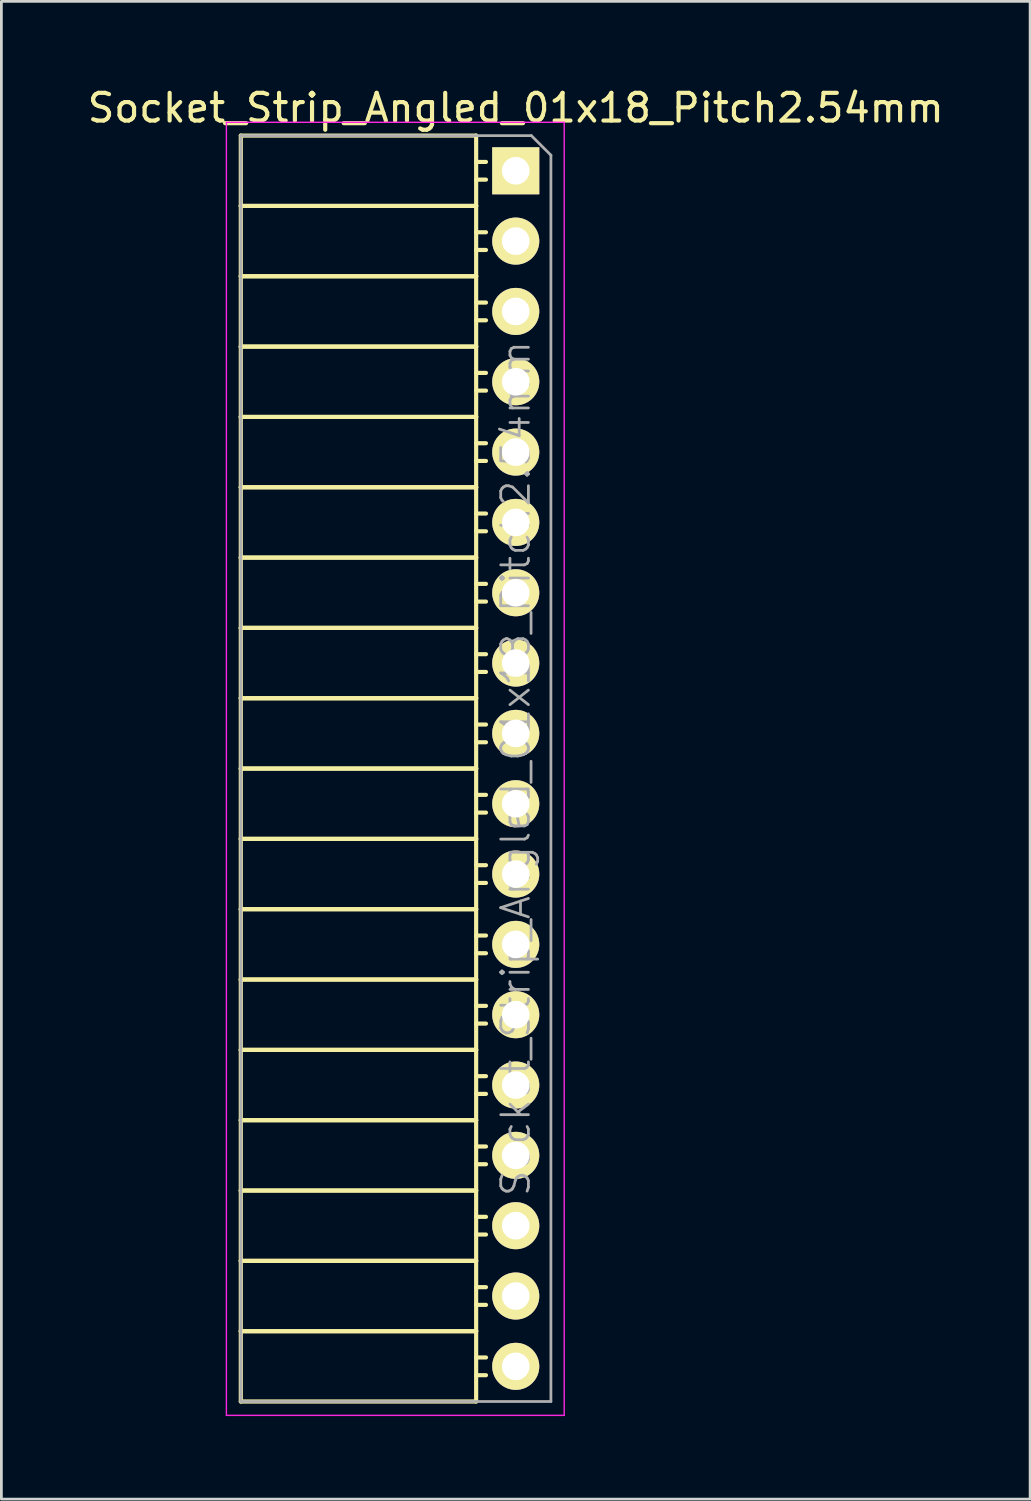
<source format=kicad_pcb>
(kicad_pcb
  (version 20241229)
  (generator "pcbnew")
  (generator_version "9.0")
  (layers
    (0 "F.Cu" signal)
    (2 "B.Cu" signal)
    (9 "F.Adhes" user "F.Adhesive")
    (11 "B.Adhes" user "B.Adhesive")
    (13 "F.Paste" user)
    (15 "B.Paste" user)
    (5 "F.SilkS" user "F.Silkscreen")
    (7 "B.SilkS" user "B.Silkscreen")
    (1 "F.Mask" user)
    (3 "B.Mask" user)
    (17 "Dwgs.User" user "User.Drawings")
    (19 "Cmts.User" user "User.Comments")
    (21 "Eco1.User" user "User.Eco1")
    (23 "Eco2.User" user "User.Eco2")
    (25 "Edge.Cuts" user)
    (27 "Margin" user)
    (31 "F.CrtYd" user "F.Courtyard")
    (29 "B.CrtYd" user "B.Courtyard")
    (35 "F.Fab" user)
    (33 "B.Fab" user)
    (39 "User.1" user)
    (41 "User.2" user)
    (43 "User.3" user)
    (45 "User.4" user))
  (footprint "Socket_Strip_Angled_01x18_Pitch2.54mm"
    (layer "F.Cu")
    (at 15.577 3.118)
    (property "Reference" "Socket_Strip_Angled_01x18_Pitch2.54mm" (at 0 -2.27 0) (layer "F.SilkS") (effects (font (size 1 1) (thickness 0.15))))
    (attr smd)
    (fp_line (start -9.93 -1.27) (end -9.93 1.27) (stroke (width 0.15) (type solid)) (layer "F.SilkS"))
    (fp_line (start -9.93 -1.27) (end -1.43 -1.27) (stroke (width 0.15) (type solid)) (layer "F.SilkS"))
    (fp_line (start -9.93 1.27) (end -9.93 3.81) (stroke (width 0.15) (type solid)) (layer "F.SilkS"))
    (fp_line (start -9.93 1.27) (end -1.43 1.27) (stroke (width 0.15) (type solid)) (layer "F.SilkS"))
    (fp_line (start -9.93 1.27) (end -1.43 1.27) (stroke (width 0.15) (type solid)) (layer "F.SilkS"))
    (fp_line (start -9.93 3.81) (end -9.93 6.35) (stroke (width 0.15) (type solid)) (layer "F.SilkS"))
    (fp_line (start -9.93 3.81) (end -1.43 3.81) (stroke (width 0.15) (type solid)) (layer "F.SilkS"))
    (fp_line (start -9.93 3.81) (end -1.43 3.81) (stroke (width 0.15) (type solid)) (layer "F.SilkS"))
    (fp_line (start -9.93 6.35) (end -9.93 8.89) (stroke (width 0.15) (type solid)) (layer "F.SilkS"))
    (fp_line (start -9.93 6.35) (end -1.43 6.35) (stroke (width 0.15) (type solid)) (layer "F.SilkS"))
    (fp_line (start -9.93 6.35) (end -1.43 6.35) (stroke (width 0.15) (type solid)) (layer "F.SilkS"))
    (fp_line (start -9.93 8.89) (end -9.93 11.43) (stroke (width 0.15) (type solid)) (layer "F.SilkS"))
    (fp_line (start -9.93 8.89) (end -1.43 8.89) (stroke (width 0.15) (type solid)) (layer "F.SilkS"))
    (fp_line (start -9.93 8.89) (end -1.43 8.89) (stroke (width 0.15) (type solid)) (layer "F.SilkS"))
    (fp_line (start -9.93 11.43) (end -9.93 13.97) (stroke (width 0.15) (type solid)) (layer "F.SilkS"))
    (fp_line (start -9.93 11.43) (end -1.43 11.43) (stroke (width 0.15) (type solid)) (layer "F.SilkS"))
    (fp_line (start -9.93 11.43) (end -1.43 11.43) (stroke (width 0.15) (type solid)) (layer "F.SilkS"))
    (fp_line (start -9.93 13.97) (end -9.93 16.51) (stroke (width 0.15) (type solid)) (layer "F.SilkS"))
    (fp_line (start -9.93 13.97) (end -1.43 13.97) (stroke (width 0.15) (type solid)) (layer "F.SilkS"))
    (fp_line (start -9.93 13.97) (end -1.43 13.97) (stroke (width 0.15) (type solid)) (layer "F.SilkS"))
    (fp_line (start -9.93 16.51) (end -9.93 19.05) (stroke (width 0.15) (type solid)) (layer "F.SilkS"))
    (fp_line (start -9.93 16.51) (end -1.43 16.51) (stroke (width 0.15) (type solid)) (layer "F.SilkS"))
    (fp_line (start -9.93 16.51) (end -1.43 16.51) (stroke (width 0.15) (type solid)) (layer "F.SilkS"))
    (fp_line (start -9.93 19.05) (end -9.93 21.59) (stroke (width 0.15) (type solid)) (layer "F.SilkS"))
    (fp_line (start -9.93 19.05) (end -1.43 19.05) (stroke (width 0.15) (type solid)) (layer "F.SilkS"))
    (fp_line (start -9.93 19.05) (end -1.43 19.05) (stroke (width 0.15) (type solid)) (layer "F.SilkS"))
    (fp_line (start -9.93 21.59) (end -9.93 24.13) (stroke (width 0.15) (type solid)) (layer "F.SilkS"))
    (fp_line (start -9.93 21.59) (end -1.43 21.59) (stroke (width 0.15) (type solid)) (layer "F.SilkS"))
    (fp_line (start -9.93 21.59) (end -1.43 21.59) (stroke (width 0.15) (type solid)) (layer "F.SilkS"))
    (fp_line (start -9.93 24.13) (end -9.93 26.67) (stroke (width 0.15) (type solid)) (layer "F.SilkS"))
    (fp_line (start -9.93 24.13) (end -1.43 24.13) (stroke (width 0.15) (type solid)) (layer "F.SilkS"))
    (fp_line (start -9.93 24.13) (end -1.43 24.13) (stroke (width 0.15) (type solid)) (layer "F.SilkS"))
    (fp_line (start -9.93 26.67) (end -9.93 29.21) (stroke (width 0.15) (type solid)) (layer "F.SilkS"))
    (fp_line (start -9.93 26.67) (end -1.43 26.67) (stroke (width 0.15) (type solid)) (layer "F.SilkS"))
    (fp_line (start -9.93 26.67) (end -1.43 26.67) (stroke (width 0.15) (type solid)) (layer "F.SilkS"))
    (fp_line (start -9.93 29.21) (end -9.93 31.75) (stroke (width 0.15) (type solid)) (layer "F.SilkS"))
    (fp_line (start -9.93 29.21) (end -1.43 29.21) (stroke (width 0.15) (type solid)) (layer "F.SilkS"))
    (fp_line (start -9.93 29.21) (end -1.43 29.21) (stroke (width 0.15) (type solid)) (layer "F.SilkS"))
    (fp_line (start -9.93 31.75) (end -9.93 34.29) (stroke (width 0.15) (type solid)) (layer "F.SilkS"))
    (fp_line (start -9.93 31.75) (end -1.43 31.75) (stroke (width 0.15) (type solid)) (layer "F.SilkS"))
    (fp_line (start -9.93 31.75) (end -1.43 31.75) (stroke (width 0.15) (type solid)) (layer "F.SilkS"))
    (fp_line (start -9.93 34.29) (end -9.93 36.83) (stroke (width 0.15) (type solid)) (layer "F.SilkS"))
    (fp_line (start -9.93 34.29) (end -1.43 34.29) (stroke (width 0.15) (type solid)) (layer "F.SilkS"))
    (fp_line (start -9.93 34.29) (end -1.43 34.29) (stroke (width 0.15) (type solid)) (layer "F.SilkS"))
    (fp_line (start -9.93 36.83) (end -9.93 39.37) (stroke (width 0.15) (type solid)) (layer "F.SilkS"))
    (fp_line (start -9.93 36.83) (end -1.43 36.83) (stroke (width 0.15) (type solid)) (layer "F.SilkS"))
    (fp_line (start -9.93 36.83) (end -1.43 36.83) (stroke (width 0.15) (type solid)) (layer "F.SilkS"))
    (fp_line (start -9.93 39.37) (end -9.93 41.91) (stroke (width 0.15) (type solid)) (layer "F.SilkS"))
    (fp_line (start -9.93 39.37) (end -1.43 39.37) (stroke (width 0.15) (type solid)) (layer "F.SilkS"))
    (fp_line (start -9.93 39.37) (end -1.43 39.37) (stroke (width 0.15) (type solid)) (layer "F.SilkS"))
    (fp_line (start -9.93 41.91) (end -9.93 44.45) (stroke (width 0.15) (type solid)) (layer "F.SilkS"))
    (fp_line (start -9.93 41.91) (end -1.43 41.91) (stroke (width 0.15) (type solid)) (layer "F.SilkS"))
    (fp_line (start -9.93 41.91) (end -1.43 41.91) (stroke (width 0.15) (type solid)) (layer "F.SilkS"))
    (fp_line (start -9.93 44.45) (end -1.43 44.45) (stroke (width 0.15) (type solid)) (layer "F.SilkS"))
    (fp_line (start -1.43 -1.27) (end -1.43 1.27) (stroke (width 0.15) (type solid)) (layer "F.SilkS"))
    (fp_line (start -1.43 -0.32) (end -1.075 -0.32) (stroke (width 0.15) (type solid)) (layer "F.SilkS"))
    (fp_line (start -1.43 0.32) (end -1.075 0.32) (stroke (width 0.15) (type solid)) (layer "F.SilkS"))
    (fp_line (start -1.43 1.27) (end -1.43 3.81) (stroke (width 0.15) (type solid)) (layer "F.SilkS"))
    (fp_line (start -1.43 2.22) (end -1.075 2.22) (stroke (width 0.15) (type solid)) (layer "F.SilkS"))
    (fp_line (start -1.43 2.86) (end -1.075 2.86) (stroke (width 0.15) (type solid)) (layer "F.SilkS"))
    (fp_line (start -1.43 3.81) (end -1.43 6.35) (stroke (width 0.15) (type solid)) (layer "F.SilkS"))
    (fp_line (start -1.43 4.76) (end -1.075 4.76) (stroke (width 0.15) (type solid)) (layer "F.SilkS"))
    (fp_line (start -1.43 5.4) (end -1.075 5.4) (stroke (width 0.15) (type solid)) (layer "F.SilkS"))
    (fp_line (start -1.43 6.35) (end -1.43 8.89) (stroke (width 0.15) (type solid)) (layer "F.SilkS"))
    (fp_line (start -1.43 7.3) (end -1.075 7.3) (stroke (width 0.15) (type solid)) (layer "F.SilkS"))
    (fp_line (start -1.43 7.94) (end -1.075 7.94) (stroke (width 0.15) (type solid)) (layer "F.SilkS"))
    (fp_line (start -1.43 8.89) (end -1.43 11.43) (stroke (width 0.15) (type solid)) (layer "F.SilkS"))
    (fp_line (start -1.43 9.84) (end -1.075 9.84) (stroke (width 0.15) (type solid)) (layer "F.SilkS"))
    (fp_line (start -1.43 10.48) (end -1.075 10.48) (stroke (width 0.15) (type solid)) (layer "F.SilkS"))
    (fp_line (start -1.43 11.43) (end -1.43 13.97) (stroke (width 0.15) (type solid)) (layer "F.SilkS"))
    (fp_line (start -1.43 12.38) (end -1.075 12.38) (stroke (width 0.15) (type solid)) (layer "F.SilkS"))
    (fp_line (start -1.43 13.02) (end -1.075 13.02) (stroke (width 0.15) (type solid)) (layer "F.SilkS"))
    (fp_line (start -1.43 13.97) (end -1.43 16.51) (stroke (width 0.15) (type solid)) (layer "F.SilkS"))
    (fp_line (start -1.43 14.92) (end -1.075 14.92) (stroke (width 0.15) (type solid)) (layer "F.SilkS"))
    (fp_line (start -1.43 15.56) (end -1.075 15.56) (stroke (width 0.15) (type solid)) (layer "F.SilkS"))
    (fp_line (start -1.43 16.51) (end -1.43 19.05) (stroke (width 0.15) (type solid)) (layer "F.SilkS"))
    (fp_line (start -1.43 17.46) (end -1.075 17.46) (stroke (width 0.15) (type solid)) (layer "F.SilkS"))
    (fp_line (start -1.43 18.1) (end -1.075 18.1) (stroke (width 0.15) (type solid)) (layer "F.SilkS"))
    (fp_line (start -1.43 19.05) (end -1.43 21.59) (stroke (width 0.15) (type solid)) (layer "F.SilkS"))
    (fp_line (start -1.43 20) (end -1.075 20) (stroke (width 0.15) (type solid)) (layer "F.SilkS"))
    (fp_line (start -1.43 20.64) (end -1.075 20.64) (stroke (width 0.15) (type solid)) (layer "F.SilkS"))
    (fp_line (start -1.43 21.59) (end -1.43 24.13) (stroke (width 0.15) (type solid)) (layer "F.SilkS"))
    (fp_line (start -1.43 22.54) (end -1.075 22.54) (stroke (width 0.15) (type solid)) (layer "F.SilkS"))
    (fp_line (start -1.43 23.18) (end -1.075 23.18) (stroke (width 0.15) (type solid)) (layer "F.SilkS"))
    (fp_line (start -1.43 24.13) (end -1.43 26.67) (stroke (width 0.15) (type solid)) (layer "F.SilkS"))
    (fp_line (start -1.43 25.08) (end -1.075 25.08) (stroke (width 0.15) (type solid)) (layer "F.SilkS"))
    (fp_line (start -1.43 25.72) (end -1.075 25.72) (stroke (width 0.15) (type solid)) (layer "F.SilkS"))
    (fp_line (start -1.43 26.67) (end -1.43 29.21) (stroke (width 0.15) (type solid)) (layer "F.SilkS"))
    (fp_line (start -1.43 27.62) (end -1.075 27.62) (stroke (width 0.15) (type solid)) (layer "F.SilkS"))
    (fp_line (start -1.43 28.26) (end -1.075 28.26) (stroke (width 0.15) (type solid)) (layer "F.SilkS"))
    (fp_line (start -1.43 29.21) (end -1.43 31.75) (stroke (width 0.15) (type solid)) (layer "F.SilkS"))
    (fp_line (start -1.43 30.16) (end -1.075 30.16) (stroke (width 0.15) (type solid)) (layer "F.SilkS"))
    (fp_line (start -1.43 30.8) (end -1.075 30.8) (stroke (width 0.15) (type solid)) (layer "F.SilkS"))
    (fp_line (start -1.43 31.75) (end -1.43 34.29) (stroke (width 0.15) (type solid)) (layer "F.SilkS"))
    (fp_line (start -1.43 32.7) (end -1.075 32.7) (stroke (width 0.15) (type solid)) (layer "F.SilkS"))
    (fp_line (start -1.43 33.34) (end -1.075 33.34) (stroke (width 0.15) (type solid)) (layer "F.SilkS"))
    (fp_line (start -1.43 34.29) (end -1.43 36.83) (stroke (width 0.15) (type solid)) (layer "F.SilkS"))
    (fp_line (start -1.43 35.24) (end -1.075 35.24) (stroke (width 0.15) (type solid)) (layer "F.SilkS"))
    (fp_line (start -1.43 35.88) (end -1.075 35.88) (stroke (width 0.15) (type solid)) (layer "F.SilkS"))
    (fp_line (start -1.43 36.83) (end -1.43 39.37) (stroke (width 0.15) (type solid)) (layer "F.SilkS"))
    (fp_line (start -1.43 37.78) (end -1.075 37.78) (stroke (width 0.15) (type solid)) (layer "F.SilkS"))
    (fp_line (start -1.43 38.42) (end -1.075 38.42) (stroke (width 0.15) (type solid)) (layer "F.SilkS"))
    (fp_line (start -1.43 39.37) (end -1.43 41.91) (stroke (width 0.15) (type solid)) (layer "F.SilkS"))
    (fp_line (start -1.43 40.32) (end -1.075 40.32) (stroke (width 0.15) (type solid)) (layer "F.SilkS"))
    (fp_line (start -1.43 40.96) (end -1.075 40.96) (stroke (width 0.15) (type solid)) (layer "F.SilkS"))
    (fp_line (start -1.43 41.91) (end -1.43 44.45) (stroke (width 0.15) (type solid)) (layer "F.SilkS"))
    (fp_line (start -1.43 42.86) (end -1.075 42.86) (stroke (width 0.15) (type solid)) (layer "F.SilkS"))
    (fp_line (start -1.43 43.5) (end -1.075 43.5) (stroke (width 0.15) (type solid)) (layer "F.SilkS"))
    (fp_line (start -10.45 -1.75) (end 1.75 -1.75) (stroke (width 0.05) (type solid)) (layer "F.CrtYd"))
    (fp_line (start -10.45 44.95) (end -10.45 -1.75) (stroke (width 0.05) (type solid)) (layer "F.CrtYd"))
    (fp_line (start -10.45 44.95) (end 1.75 44.95) (stroke (width 0.05) (type solid)) (layer "F.CrtYd"))
    (fp_line (start 1.75 44.95) (end 1.75 -1.75) (stroke (width 0.05) (type solid)) (layer "F.CrtYd"))
    (fp_line (start -9.93 -1.27) (end 0.563 -1.27) (stroke (width 0.1) (type solid)) (layer "F.Fab"))
    (fp_line (start -9.93 44.45) (end -9.93 -1.27) (stroke (width 0.1) (type solid)) (layer "F.Fab"))
    (fp_line (start -9.93 44.45) (end 1.27 44.45) (stroke (width 0.1) (type solid)) (layer "F.Fab"))
    (fp_line (start 1.27 -0.563) (end 0.563 -1.27) (stroke (width 0.1) (type solid)) (layer "F.Fab"))
    (fp_line (start 1.27 44.45) (end 1.27 -0.563) (stroke (width 0.1) (type solid)) (layer "F.Fab"))
    (fp_text user "${REFERENCE}" (at 0 21.59 90) (layer "F.Fab") (effects (font (size 1 1) (thickness 0.1))))
    (pad "1" thru_hole rect (at 0 0) (size 1.7 1.7) (drill 1) (layers "*.Cu" "*.Mask" "F.SilkS"))
    (pad "2" thru_hole oval (at 0 2.54) (size 1.7 1.7) (drill 1) (layers "*.Cu" "*.Mask" "F.SilkS"))
    (pad "3" thru_hole oval (at 0 5.08) (size 1.7 1.7) (drill 1) (layers "*.Cu" "*.Mask" "F.SilkS"))
    (pad "4" thru_hole oval (at 0 7.62) (size 1.7 1.7) (drill 1) (layers "*.Cu" "*.Mask" "F.SilkS"))
    (pad "5" thru_hole oval (at 0 10.16) (size 1.7 1.7) (drill 1) (layers "*.Cu" "*.Mask" "F.SilkS"))
    (pad "6" thru_hole oval (at 0 12.7) (size 1.7 1.7) (drill 1) (layers "*.Cu" "*.Mask" "F.SilkS"))
    (pad "7" thru_hole oval (at 0 15.24) (size 1.7 1.7) (drill 1) (layers "*.Cu" "*.Mask" "F.SilkS"))
    (pad "8" thru_hole oval (at 0 17.78) (size 1.7 1.7) (drill 1) (layers "*.Cu" "*.Mask" "F.SilkS"))
    (pad "9" thru_hole oval (at 0 20.32) (size 1.7 1.7) (drill 1) (layers "*.Cu" "*.Mask" "F.SilkS"))
    (pad "10" thru_hole oval (at 0 22.86) (size 1.7 1.7) (drill 1) (layers "*.Cu" "*.Mask" "F.SilkS"))
    (pad "11" thru_hole oval (at 0 25.4) (size 1.7 1.7) (drill 1) (layers "*.Cu" "*.Mask" "F.SilkS"))
    (pad "12" thru_hole oval (at 0 27.94) (size 1.7 1.7) (drill 1) (layers "*.Cu" "*.Mask" "F.SilkS"))
    (pad "13" thru_hole oval (at 0 30.48) (size 1.7 1.7) (drill 1) (layers "*.Cu" "*.Mask" "F.SilkS"))
    (pad "14" thru_hole oval (at 0 33.02) (size 1.7 1.7) (drill 1) (layers "*.Cu" "*.Mask" "F.SilkS"))
    (pad "15" thru_hole oval (at 0 35.56) (size 1.7 1.7) (drill 1) (layers "*.Cu" "*.Mask" "F.SilkS"))
    (pad "16" thru_hole oval (at 0 38.1) (size 1.7 1.7) (drill 1) (layers "*.Cu" "*.Mask" "F.SilkS"))
    (pad "17" thru_hole oval (at 0 40.64) (size 1.7 1.7) (drill 1) (layers "*.Cu" "*.Mask" "F.SilkS"))
    (pad "18" thru_hole oval (at 0 43.18) (size 1.7 1.7) (drill 1) (layers "*.Cu" "*.Mask" "F.SilkS")))
  (gr_rect
    (start -3 -3)
    (end 34.155 51.093)
    (stroke (width 0.1) (type default))
    (fill no)
    (layer "Edge.Cuts")))
</source>
